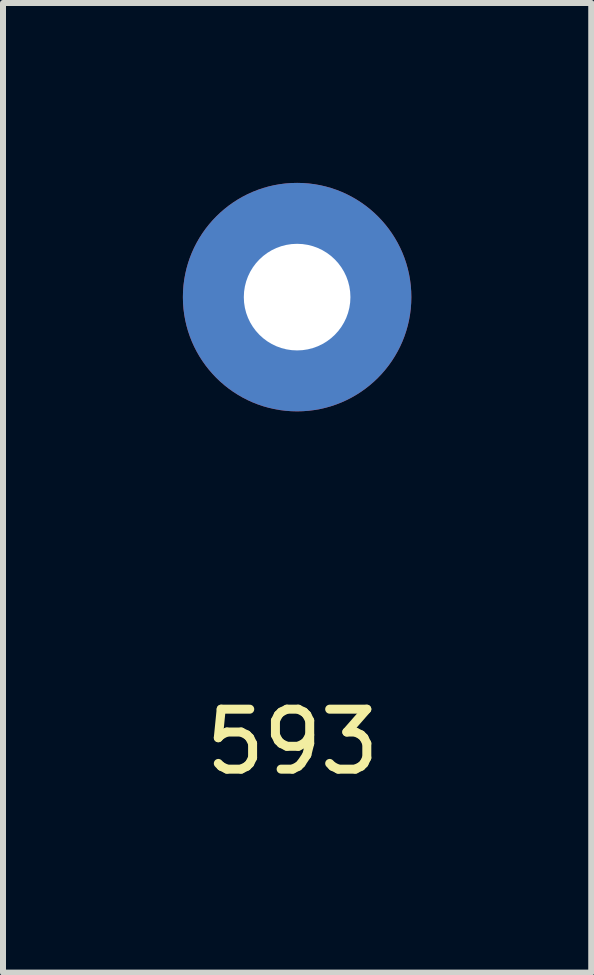
<source format=kicad_pcb>
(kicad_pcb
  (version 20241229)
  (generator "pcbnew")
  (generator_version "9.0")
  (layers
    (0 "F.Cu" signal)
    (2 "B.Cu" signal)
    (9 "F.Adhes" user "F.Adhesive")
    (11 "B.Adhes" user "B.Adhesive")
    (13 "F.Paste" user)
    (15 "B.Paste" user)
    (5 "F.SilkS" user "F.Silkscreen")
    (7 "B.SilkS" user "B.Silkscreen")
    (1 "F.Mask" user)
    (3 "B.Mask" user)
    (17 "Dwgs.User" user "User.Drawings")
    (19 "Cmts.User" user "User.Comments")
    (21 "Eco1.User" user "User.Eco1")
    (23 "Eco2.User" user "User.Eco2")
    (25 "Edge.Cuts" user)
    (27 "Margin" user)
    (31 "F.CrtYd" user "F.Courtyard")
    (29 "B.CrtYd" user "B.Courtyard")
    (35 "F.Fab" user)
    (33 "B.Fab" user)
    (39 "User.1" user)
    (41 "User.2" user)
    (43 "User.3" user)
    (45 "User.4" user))
  (footprint "593"
    (layer "F.Cu")
    (at 1.905 4.902)
    (property "Reference" "593" (at -0.076 4.42 0) (layer "F.SilkS") (effects (font (size 1 1) (thickness 0.15))))
    (attr through_hole)
    (pad "1" thru_hole circle (at 0 -2.997) (size 3.81 3.81) (drill 1.778) (layers "*.Cu" "*.Mask")))
  (gr_rect
    (start -3 -3)
    (end 6.81 13.17)
    (stroke (width 0.1) (type default))
    (fill no)
    (layer "Edge.Cuts")))
</source>
